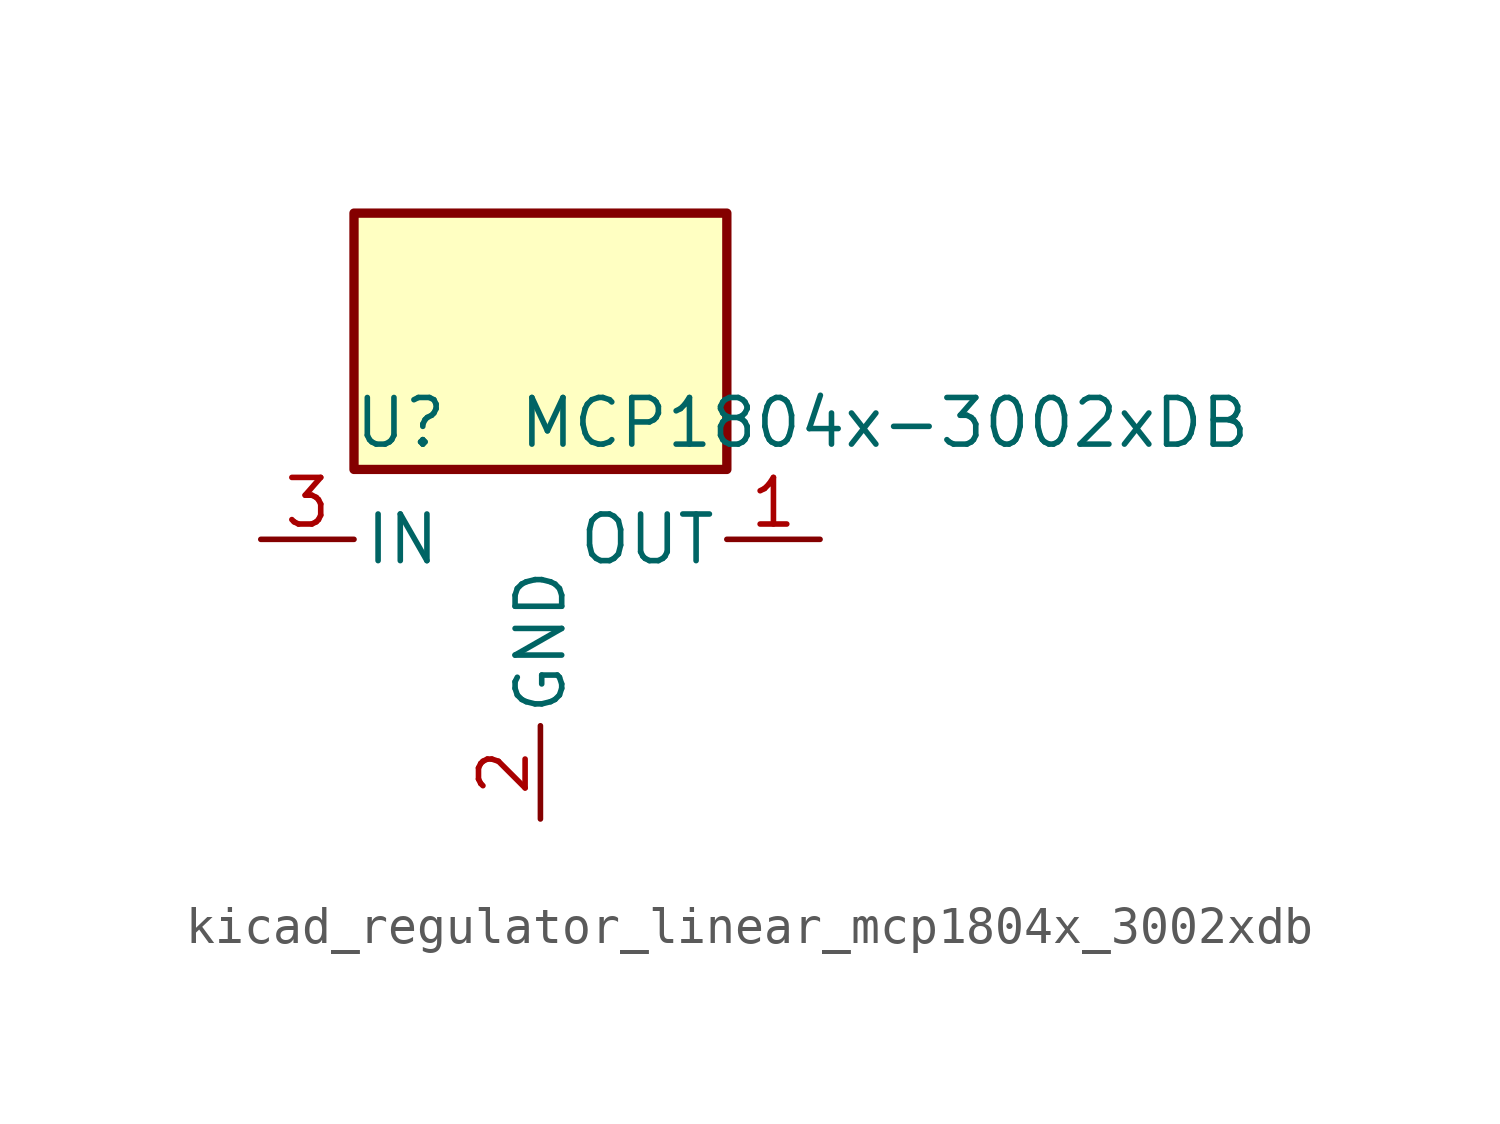
<source format=kicad_sym>
(kicad_symbol_lib
  (version 20220914)
  (generator kicad_symbol_editor)
  (symbol "kicad_regulator_linear_mcp1804x_3002xdb"
    (pin_names
      (offset 0.254))
    (property "Reference" "U"
      (at -3.81 3.175 0)
      (effects (font (size 1.27 1.27))))
    (property "Value" "MCP1804x-3002xDB"
      (at -0.635 3.175 0)
      (effects (font (size 1.27 1.27)) (justify left)))
    (symbol "kicad_regulator_linear_mcp1804x_3002xdb_0_1"
      (rectangle (start 5.08 8.89) (end -5.08 1.905) (stroke (width 0.254) (type default)) (fill (type background))))
    (symbol "kicad_regulator_linear_mcp1804x_3002xdb_1_1"
      (pin power_out line (at 7.62 0 180) (length 2.54) (name "OUT" (effects (font (size 1.27 1.27)))) (number "1" (effects (font (size 1.27 1.27)))))
      (pin power_in line (at 0 -7.62 90) (length 2.54) (name "GND" (effects (font (size 1.27 1.27)))) (number "2" (effects (font (size 1.27 1.27)))))
      (pin power_in line (at -7.62 0 0) (length 2.54) (name "IN" (effects (font (size 1.27 1.27)))) (number "3" (effects (font (size 1.27 1.27))))))))
</source>
